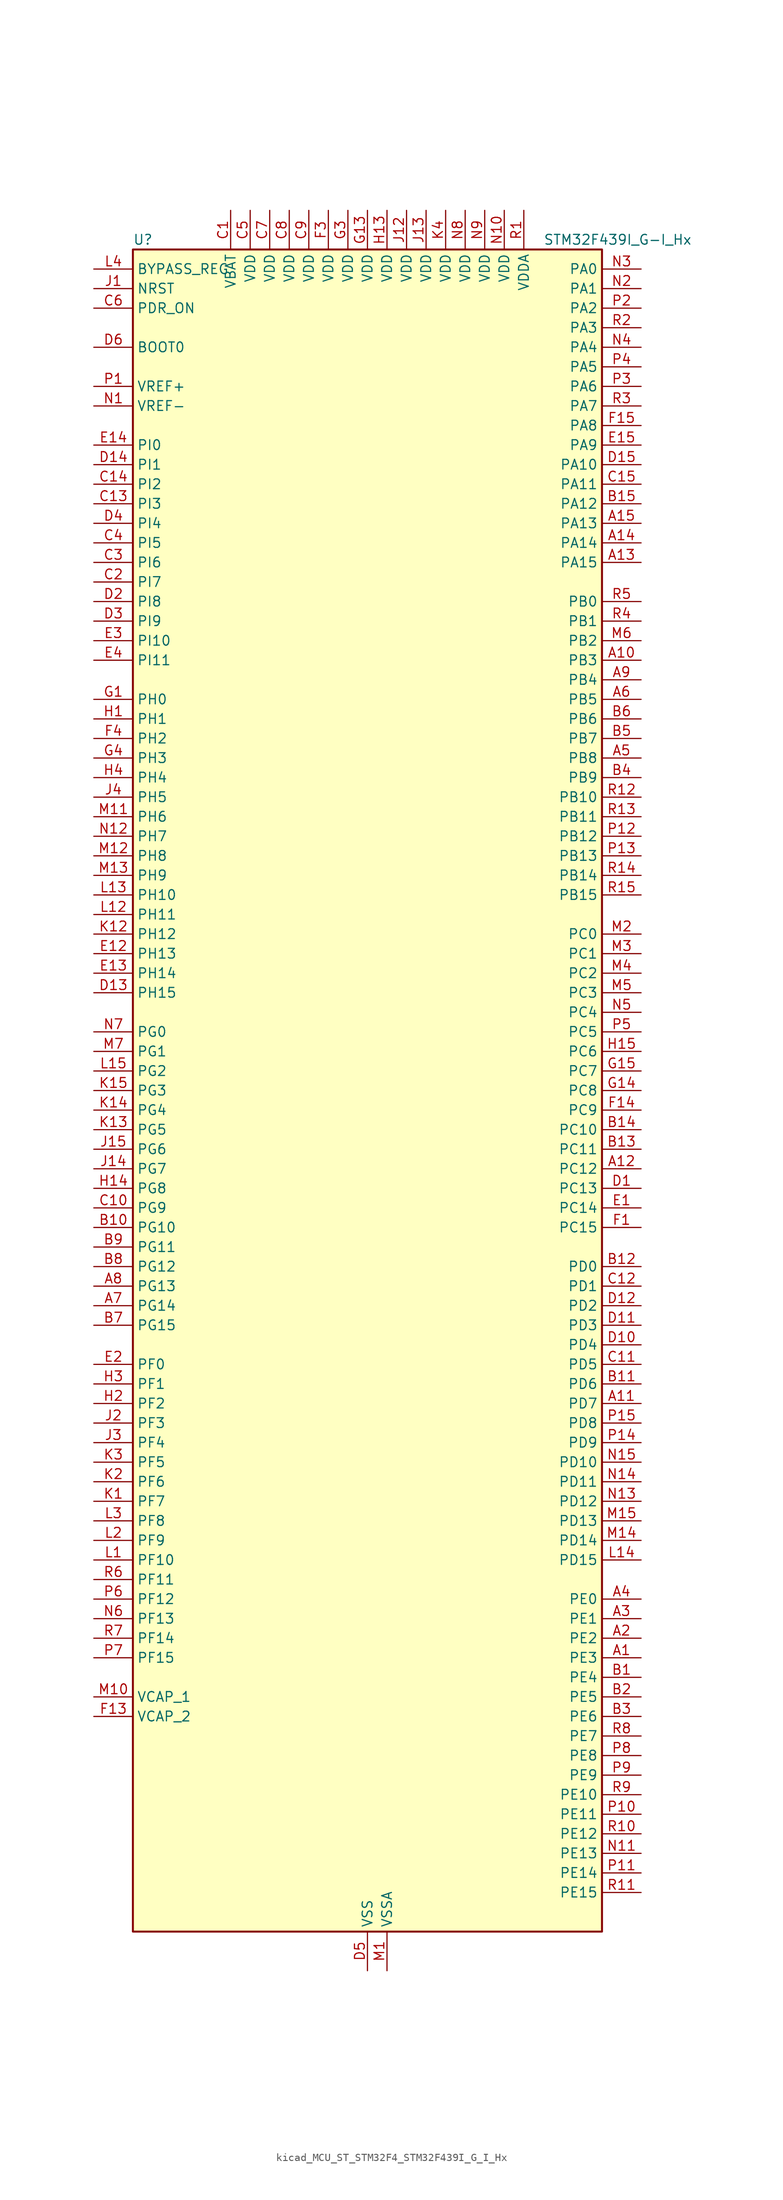
<source format=kicad_sym>
(kicad_symbol_lib
  (version 20220914)
  (generator kicad_symbol_editor)
  (symbol "kicad_MCU_ST_STM32F4_STM32F439I_G_I_Hx"
    (property "Reference" "U"
      (at -30.48 110.49 0)
      (effects (font (size 1.27 1.27)) (justify left)))
    (property "Value" "STM32F439I_G-I_Hx"
      (at 22.86 110.49 0)
      (effects (font (size 1.27 1.27)) (justify left)))
    (property "ki_locked" ""
      (at 0 0 0)
      (effects (font (size 1.27 1.27))))
    (symbol "kicad_MCU_ST_STM32F4_STM32F439I_G_I_Hx_0_1"
      (rectangle (start -30.48 -109.22) (end 30.48 109.22) (stroke (width 0.254) (type default)) (fill (type background))))
    (symbol "kicad_MCU_ST_STM32F4_STM32F439I_G_I_Hx_1_1"
      (pin bidirectional line (at 35.56 -73.66 180) (length 5.08) (name "PE3" (effects (font (size 1.27 1.27)))) (number "A1" (effects (font (size 1.27 1.27)))) (alternate "FMC_A19" bidirectional line) (alternate "SAI1_SD_B" bidirectional line) (alternate "SYS_TRACED0" bidirectional line))
      (pin bidirectional line (at 35.56 55.88 180) (length 5.08) (name "PB3" (effects (font (size 1.27 1.27)))) (number "A10" (effects (font (size 1.27 1.27)))) (alternate "I2S3_CK" bidirectional line) (alternate "SPI1_SCK" bidirectional line) (alternate "SPI3_SCK" bidirectional line) (alternate "SYS_JTDO-SWO" bidirectional line) (alternate "TIM2_CH2" bidirectional line))
      (pin bidirectional line (at 35.56 -40.64 180) (length 5.08) (name "PD7" (effects (font (size 1.27 1.27)))) (number "A11" (effects (font (size 1.27 1.27)))) (alternate "FMC_NCE2" bidirectional line) (alternate "FMC_NE1" bidirectional line) (alternate "USART2_CK" bidirectional line))
      (pin bidirectional line (at 35.56 -10.16 180) (length 5.08) (name "PC12" (effects (font (size 1.27 1.27)))) (number "A12" (effects (font (size 1.27 1.27)))) (alternate "DCMI_D9" bidirectional line) (alternate "I2S3_SD" bidirectional line) (alternate "SDIO_CK" bidirectional line) (alternate "SPI3_MOSI" bidirectional line) (alternate "UART5_TX" bidirectional line) (alternate "USART3_CK" bidirectional line))
      (pin bidirectional line (at 35.56 68.58 180) (length 5.08) (name "PA15" (effects (font (size 1.27 1.27)))) (number "A13" (effects (font (size 1.27 1.27)))) (alternate "ADC1_EXTI15" bidirectional line) (alternate "ADC2_EXTI15" bidirectional line) (alternate "ADC3_EXTI15" bidirectional line) (alternate "I2S3_WS" bidirectional line) (alternate "SPI1_NSS" bidirectional line) (alternate "SPI3_NSS" bidirectional line) (alternate "SYS_JTDI" bidirectional line) (alternate "TIM2_CH1" bidirectional line) (alternate "TIM2_ETR" bidirectional line))
      (pin bidirectional line (at 35.56 71.12 180) (length 5.08) (name "PA14" (effects (font (size 1.27 1.27)))) (number "A14" (effects (font (size 1.27 1.27)))) (alternate "SYS_JTCK-SWCLK" bidirectional line))
      (pin bidirectional line (at 35.56 73.66 180) (length 5.08) (name "PA13" (effects (font (size 1.27 1.27)))) (number "A15" (effects (font (size 1.27 1.27)))) (alternate "SYS_JTMS-SWDIO" bidirectional line))
      (pin bidirectional line (at 35.56 -71.12 180) (length 5.08) (name "PE2" (effects (font (size 1.27 1.27)))) (number "A2" (effects (font (size 1.27 1.27)))) (alternate "ETH_TXD3" bidirectional line) (alternate "FMC_A23" bidirectional line) (alternate "SAI1_MCLK_A" bidirectional line) (alternate "SPI4_SCK" bidirectional line) (alternate "SYS_TRACECLK" bidirectional line))
      (pin bidirectional line (at 35.56 -68.58 180) (length 5.08) (name "PE1" (effects (font (size 1.27 1.27)))) (number "A3" (effects (font (size 1.27 1.27)))) (alternate "DCMI_D3" bidirectional line) (alternate "FMC_NBL1" bidirectional line) (alternate "UART8_TX" bidirectional line))
      (pin bidirectional line (at 35.56 -66.04 180) (length 5.08) (name "PE0" (effects (font (size 1.27 1.27)))) (number "A4" (effects (font (size 1.27 1.27)))) (alternate "DCMI_D2" bidirectional line) (alternate "FMC_NBL0" bidirectional line) (alternate "TIM4_ETR" bidirectional line) (alternate "UART8_RX" bidirectional line))
      (pin bidirectional line (at 35.56 43.18 180) (length 5.08) (name "PB8" (effects (font (size 1.27 1.27)))) (number "A5" (effects (font (size 1.27 1.27)))) (alternate "CAN1_RX" bidirectional line) (alternate "DCMI_D6" bidirectional line) (alternate "ETH_TXD3" bidirectional line) (alternate "I2C1_SCL" bidirectional line) (alternate "LTDC_B6" bidirectional line) (alternate "SDIO_D4" bidirectional line) (alternate "TIM10_CH1" bidirectional line) (alternate "TIM4_CH3" bidirectional line))
      (pin bidirectional line (at 35.56 50.8 180) (length 5.08) (name "PB5" (effects (font (size 1.27 1.27)))) (number "A6" (effects (font (size 1.27 1.27)))) (alternate "CAN2_RX" bidirectional line) (alternate "DCMI_D10" bidirectional line) (alternate "ETH_PPS_OUT" bidirectional line) (alternate "FMC_SDCKE1" bidirectional line) (alternate "I2C1_SMBA" bidirectional line) (alternate "I2S3_SD" bidirectional line) (alternate "SPI1_MOSI" bidirectional line) (alternate "SPI3_MOSI" bidirectional line) (alternate "TIM3_CH2" bidirectional line) (alternate "USB_OTG_HS_ULPI_D7" bidirectional line))
      (pin bidirectional line (at -35.56 -27.94 0) (length 5.08) (name "PG14" (effects (font (size 1.27 1.27)))) (number "A7" (effects (font (size 1.27 1.27)))) (alternate "ETH_TXD1" bidirectional line) (alternate "FMC_A25" bidirectional line) (alternate "SPI6_MOSI" bidirectional line) (alternate "USART6_TX" bidirectional line))
      (pin bidirectional line (at -35.56 -25.4 0) (length 5.08) (name "PG13" (effects (font (size 1.27 1.27)))) (number "A8" (effects (font (size 1.27 1.27)))) (alternate "ETH_TXD0" bidirectional line) (alternate "FMC_A24" bidirectional line) (alternate "SPI6_SCK" bidirectional line) (alternate "USART6_CTS" bidirectional line))
      (pin bidirectional line (at 35.56 53.34 180) (length 5.08) (name "PB4" (effects (font (size 1.27 1.27)))) (number "A9" (effects (font (size 1.27 1.27)))) (alternate "I2S3_ext_SD" bidirectional line) (alternate "SPI1_MISO" bidirectional line) (alternate "SPI3_MISO" bidirectional line) (alternate "SYS_JTRST" bidirectional line) (alternate "TIM3_CH1" bidirectional line))
      (pin bidirectional line (at 35.56 -76.2 180) (length 5.08) (name "PE4" (effects (font (size 1.27 1.27)))) (number "B1" (effects (font (size 1.27 1.27)))) (alternate "DCMI_D4" bidirectional line) (alternate "FMC_A20" bidirectional line) (alternate "LTDC_B0" bidirectional line) (alternate "SAI1_FS_A" bidirectional line) (alternate "SPI4_NSS" bidirectional line) (alternate "SYS_TRACED1" bidirectional line))
      (pin bidirectional line (at -35.56 -17.78 0) (length 5.08) (name "PG10" (effects (font (size 1.27 1.27)))) (number "B10" (effects (font (size 1.27 1.27)))) (alternate "DCMI_D2" bidirectional line) (alternate "FMC_NCE4_1" bidirectional line) (alternate "FMC_NE3" bidirectional line) (alternate "LTDC_B2" bidirectional line) (alternate "LTDC_G3" bidirectional line))
      (pin bidirectional line (at 35.56 -38.1 180) (length 5.08) (name "PD6" (effects (font (size 1.27 1.27)))) (number "B11" (effects (font (size 1.27 1.27)))) (alternate "DCMI_D10" bidirectional line) (alternate "FMC_NWAIT" bidirectional line) (alternate "I2S3_SD" bidirectional line) (alternate "LTDC_B2" bidirectional line) (alternate "SAI1_SD_A" bidirectional line) (alternate "SPI3_MOSI" bidirectional line) (alternate "USART2_RX" bidirectional line))
      (pin bidirectional line (at 35.56 -22.86 180) (length 5.08) (name "PD0" (effects (font (size 1.27 1.27)))) (number "B12" (effects (font (size 1.27 1.27)))) (alternate "CAN1_RX" bidirectional line) (alternate "FMC_D2" bidirectional line) (alternate "FMC_DA2" bidirectional line))
      (pin bidirectional line (at 35.56 -7.62 180) (length 5.08) (name "PC11" (effects (font (size 1.27 1.27)))) (number "B13" (effects (font (size 1.27 1.27)))) (alternate "ADC1_EXTI11" bidirectional line) (alternate "ADC2_EXTI11" bidirectional line) (alternate "ADC3_EXTI11" bidirectional line) (alternate "DCMI_D4" bidirectional line) (alternate "I2S3_ext_SD" bidirectional line) (alternate "SDIO_D3" bidirectional line) (alternate "SPI3_MISO" bidirectional line) (alternate "UART4_RX" bidirectional line) (alternate "USART3_RX" bidirectional line))
      (pin bidirectional line (at 35.56 -5.08 180) (length 5.08) (name "PC10" (effects (font (size 1.27 1.27)))) (number "B14" (effects (font (size 1.27 1.27)))) (alternate "DCMI_D8" bidirectional line) (alternate "I2S3_CK" bidirectional line) (alternate "LTDC_R2" bidirectional line) (alternate "SDIO_D2" bidirectional line) (alternate "SPI3_SCK" bidirectional line) (alternate "UART4_TX" bidirectional line) (alternate "USART3_TX" bidirectional line))
      (pin bidirectional line (at 35.56 76.2 180) (length 5.08) (name "PA12" (effects (font (size 1.27 1.27)))) (number "B15" (effects (font (size 1.27 1.27)))) (alternate "CAN1_TX" bidirectional line) (alternate "LTDC_R5" bidirectional line) (alternate "TIM1_ETR" bidirectional line) (alternate "USART1_RTS" bidirectional line) (alternate "USB_OTG_FS_DP" bidirectional line))
      (pin bidirectional line (at 35.56 -78.74 180) (length 5.08) (name "PE5" (effects (font (size 1.27 1.27)))) (number "B2" (effects (font (size 1.27 1.27)))) (alternate "DCMI_D6" bidirectional line) (alternate "FMC_A21" bidirectional line) (alternate "LTDC_G0" bidirectional line) (alternate "SAI1_SCK_A" bidirectional line) (alternate "SPI4_MISO" bidirectional line) (alternate "SYS_TRACED2" bidirectional line) (alternate "TIM9_CH1" bidirectional line))
      (pin bidirectional line (at 35.56 -81.28 180) (length 5.08) (name "PE6" (effects (font (size 1.27 1.27)))) (number "B3" (effects (font (size 1.27 1.27)))) (alternate "DCMI_D7" bidirectional line) (alternate "FMC_A22" bidirectional line) (alternate "LTDC_G1" bidirectional line) (alternate "SAI1_SD_A" bidirectional line) (alternate "SPI4_MOSI" bidirectional line) (alternate "SYS_TRACED3" bidirectional line) (alternate "TIM9_CH2" bidirectional line))
      (pin bidirectional line (at 35.56 40.64 180) (length 5.08) (name "PB9" (effects (font (size 1.27 1.27)))) (number "B4" (effects (font (size 1.27 1.27)))) (alternate "CAN1_TX" bidirectional line) (alternate "DAC_EXTI9" bidirectional line) (alternate "DCMI_D7" bidirectional line) (alternate "I2C1_SDA" bidirectional line) (alternate "I2S2_WS" bidirectional line) (alternate "LTDC_B7" bidirectional line) (alternate "SDIO_D5" bidirectional line) (alternate "SPI2_NSS" bidirectional line) (alternate "TIM11_CH1" bidirectional line) (alternate "TIM4_CH4" bidirectional line))
      (pin bidirectional line (at 35.56 45.72 180) (length 5.08) (name "PB7" (effects (font (size 1.27 1.27)))) (number "B5" (effects (font (size 1.27 1.27)))) (alternate "DCMI_VSYNC" bidirectional line) (alternate "FMC_NL" bidirectional line) (alternate "I2C1_SDA" bidirectional line) (alternate "TIM4_CH2" bidirectional line) (alternate "USART1_RX" bidirectional line))
      (pin bidirectional line (at 35.56 48.26 180) (length 5.08) (name "PB6" (effects (font (size 1.27 1.27)))) (number "B6" (effects (font (size 1.27 1.27)))) (alternate "CAN2_TX" bidirectional line) (alternate "DCMI_D5" bidirectional line) (alternate "FMC_SDNE1" bidirectional line) (alternate "I2C1_SCL" bidirectional line) (alternate "TIM4_CH1" bidirectional line) (alternate "USART1_TX" bidirectional line))
      (pin bidirectional line (at -35.56 -30.48 0) (length 5.08) (name "PG15" (effects (font (size 1.27 1.27)))) (number "B7" (effects (font (size 1.27 1.27)))) (alternate "ADC1_EXTI15" bidirectional line) (alternate "ADC2_EXTI15" bidirectional line) (alternate "ADC3_EXTI15" bidirectional line) (alternate "DCMI_D13" bidirectional line) (alternate "FMC_SDNCAS" bidirectional line) (alternate "USART6_CTS" bidirectional line))
      (pin bidirectional line (at -35.56 -22.86 0) (length 5.08) (name "PG12" (effects (font (size 1.27 1.27)))) (number "B8" (effects (font (size 1.27 1.27)))) (alternate "FMC_NE4" bidirectional line) (alternate "LTDC_B1" bidirectional line) (alternate "LTDC_B4" bidirectional line) (alternate "SPI6_MISO" bidirectional line) (alternate "USART6_RTS" bidirectional line))
      (pin bidirectional line (at -35.56 -20.32 0) (length 5.08) (name "PG11" (effects (font (size 1.27 1.27)))) (number "B9" (effects (font (size 1.27 1.27)))) (alternate "ADC1_EXTI11" bidirectional line) (alternate "ADC2_EXTI11" bidirectional line) (alternate "ADC3_EXTI11" bidirectional line) (alternate "DCMI_D3" bidirectional line) (alternate "ETH_TX_EN" bidirectional line) (alternate "FMC_NCE4_2" bidirectional line) (alternate "LTDC_B3" bidirectional line))
      (pin power_in line (at -17.78 114.3 270) (length 5.08) (name "VBAT" (effects (font (size 1.27 1.27)))) (number "C1" (effects (font (size 1.27 1.27)))))
      (pin bidirectional line (at -35.56 -15.24 0) (length 5.08) (name "PG9" (effects (font (size 1.27 1.27)))) (number "C10" (effects (font (size 1.27 1.27)))) (alternate "DAC_EXTI9" bidirectional line) (alternate "DCMI_VSYNC" bidirectional line) (alternate "FMC_NCE3" bidirectional line) (alternate "FMC_NE2" bidirectional line) (alternate "USART6_RX" bidirectional line))
      (pin bidirectional line (at 35.56 -35.56 180) (length 5.08) (name "PD5" (effects (font (size 1.27 1.27)))) (number "C11" (effects (font (size 1.27 1.27)))) (alternate "FMC_NWE" bidirectional line) (alternate "USART2_TX" bidirectional line))
      (pin bidirectional line (at 35.56 -25.4 180) (length 5.08) (name "PD1" (effects (font (size 1.27 1.27)))) (number "C12" (effects (font (size 1.27 1.27)))) (alternate "CAN1_TX" bidirectional line) (alternate "FMC_D3" bidirectional line) (alternate "FMC_DA3" bidirectional line))
      (pin bidirectional line (at -35.56 76.2 0) (length 5.08) (name "PI3" (effects (font (size 1.27 1.27)))) (number "C13" (effects (font (size 1.27 1.27)))) (alternate "DCMI_D10" bidirectional line) (alternate "FMC_D27" bidirectional line) (alternate "I2S2_SD" bidirectional line) (alternate "SPI2_MOSI" bidirectional line) (alternate "TIM8_ETR" bidirectional line))
      (pin bidirectional line (at -35.56 78.74 0) (length 5.08) (name "PI2" (effects (font (size 1.27 1.27)))) (number "C14" (effects (font (size 1.27 1.27)))) (alternate "DCMI_D9" bidirectional line) (alternate "FMC_D26" bidirectional line) (alternate "I2S2_ext_SD" bidirectional line) (alternate "LTDC_G7" bidirectional line) (alternate "SPI2_MISO" bidirectional line) (alternate "TIM8_CH4" bidirectional line))
      (pin bidirectional line (at 35.56 78.74 180) (length 5.08) (name "PA11" (effects (font (size 1.27 1.27)))) (number "C15" (effects (font (size 1.27 1.27)))) (alternate "ADC1_EXTI11" bidirectional line) (alternate "ADC2_EXTI11" bidirectional line) (alternate "ADC3_EXTI11" bidirectional line) (alternate "CAN1_RX" bidirectional line) (alternate "LTDC_R4" bidirectional line) (alternate "TIM1_CH4" bidirectional line) (alternate "USART1_CTS" bidirectional line) (alternate "USB_OTG_FS_DM" bidirectional line))
      (pin bidirectional line (at -35.56 66.04 0) (length 5.08) (name "PI7" (effects (font (size 1.27 1.27)))) (number "C2" (effects (font (size 1.27 1.27)))) (alternate "DCMI_D7" bidirectional line) (alternate "FMC_D29" bidirectional line) (alternate "LTDC_B7" bidirectional line) (alternate "TIM8_CH3" bidirectional line))
      (pin bidirectional line (at -35.56 68.58 0) (length 5.08) (name "PI6" (effects (font (size 1.27 1.27)))) (number "C3" (effects (font (size 1.27 1.27)))) (alternate "DCMI_D6" bidirectional line) (alternate "FMC_D28" bidirectional line) (alternate "LTDC_B6" bidirectional line) (alternate "TIM8_CH2" bidirectional line))
      (pin bidirectional line (at -35.56 71.12 0) (length 5.08) (name "PI5" (effects (font (size 1.27 1.27)))) (number "C4" (effects (font (size 1.27 1.27)))) (alternate "DCMI_VSYNC" bidirectional line) (alternate "FMC_NBL3" bidirectional line) (alternate "LTDC_B5" bidirectional line) (alternate "TIM8_CH1" bidirectional line))
      (pin power_in line (at -15.24 114.3 270) (length 5.08) (name "VDD" (effects (font (size 1.27 1.27)))) (number "C5" (effects (font (size 1.27 1.27)))))
      (pin input line (at -35.56 101.6 0) (length 5.08) (name "PDR_ON" (effects (font (size 1.27 1.27)))) (number "C6" (effects (font (size 1.27 1.27)))))
      (pin power_in line (at -12.7 114.3 270) (length 5.08) (name "VDD" (effects (font (size 1.27 1.27)))) (number "C7" (effects (font (size 1.27 1.27)))))
      (pin power_in line (at -10.16 114.3 270) (length 5.08) (name "VDD" (effects (font (size 1.27 1.27)))) (number "C8" (effects (font (size 1.27 1.27)))))
      (pin power_in line (at -7.62 114.3 270) (length 5.08) (name "VDD" (effects (font (size 1.27 1.27)))) (number "C9" (effects (font (size 1.27 1.27)))))
      (pin bidirectional line (at 35.56 -12.7 180) (length 5.08) (name "PC13" (effects (font (size 1.27 1.27)))) (number "D1" (effects (font (size 1.27 1.27)))) (alternate "RTC_AF1" bidirectional line))
      (pin bidirectional line (at 35.56 -33.02 180) (length 5.08) (name "PD4" (effects (font (size 1.27 1.27)))) (number "D10" (effects (font (size 1.27 1.27)))) (alternate "FMC_NOE" bidirectional line) (alternate "USART2_RTS" bidirectional line))
      (pin bidirectional line (at 35.56 -30.48 180) (length 5.08) (name "PD3" (effects (font (size 1.27 1.27)))) (number "D11" (effects (font (size 1.27 1.27)))) (alternate "DCMI_D5" bidirectional line) (alternate "FMC_CLK" bidirectional line) (alternate "I2S2_CK" bidirectional line) (alternate "LTDC_G7" bidirectional line) (alternate "SPI2_SCK" bidirectional line) (alternate "USART2_CTS" bidirectional line))
      (pin bidirectional line (at 35.56 -27.94 180) (length 5.08) (name "PD2" (effects (font (size 1.27 1.27)))) (number "D12" (effects (font (size 1.27 1.27)))) (alternate "DCMI_D11" bidirectional line) (alternate "SDIO_CMD" bidirectional line) (alternate "TIM3_ETR" bidirectional line) (alternate "UART5_RX" bidirectional line))
      (pin bidirectional line (at -35.56 12.7 0) (length 5.08) (name "PH15" (effects (font (size 1.27 1.27)))) (number "D13" (effects (font (size 1.27 1.27)))) (alternate "ADC1_EXTI15" bidirectional line) (alternate "ADC2_EXTI15" bidirectional line) (alternate "ADC3_EXTI15" bidirectional line) (alternate "DCMI_D11" bidirectional line) (alternate "FMC_D23" bidirectional line) (alternate "LTDC_G4" bidirectional line) (alternate "TIM8_CH3N" bidirectional line))
      (pin bidirectional line (at -35.56 81.28 0) (length 5.08) (name "PI1" (effects (font (size 1.27 1.27)))) (number "D14" (effects (font (size 1.27 1.27)))) (alternate "DCMI_D8" bidirectional line) (alternate "FMC_D25" bidirectional line) (alternate "I2S2_CK" bidirectional line) (alternate "LTDC_G6" bidirectional line) (alternate "SPI2_SCK" bidirectional line))
      (pin bidirectional line (at 35.56 81.28 180) (length 5.08) (name "PA10" (effects (font (size 1.27 1.27)))) (number "D15" (effects (font (size 1.27 1.27)))) (alternate "DCMI_D1" bidirectional line) (alternate "TIM1_CH3" bidirectional line) (alternate "USART1_RX" bidirectional line) (alternate "USB_OTG_FS_ID" bidirectional line))
      (pin bidirectional line (at -35.56 63.5 0) (length 5.08) (name "PI8" (effects (font (size 1.27 1.27)))) (number "D2" (effects (font (size 1.27 1.27)))) (alternate "RTC_AF2" bidirectional line))
      (pin bidirectional line (at -35.56 60.96 0) (length 5.08) (name "PI9" (effects (font (size 1.27 1.27)))) (number "D3" (effects (font (size 1.27 1.27)))) (alternate "CAN1_RX" bidirectional line) (alternate "DAC_EXTI9" bidirectional line) (alternate "FMC_D30" bidirectional line) (alternate "LTDC_VSYNC" bidirectional line))
      (pin bidirectional line (at -35.56 73.66 0) (length 5.08) (name "PI4" (effects (font (size 1.27 1.27)))) (number "D4" (effects (font (size 1.27 1.27)))) (alternate "DCMI_D5" bidirectional line) (alternate "FMC_NBL2" bidirectional line) (alternate "LTDC_B4" bidirectional line) (alternate "TIM8_BKIN" bidirectional line))
      (pin power_in line (at 0 -114.3 90) (length 5.08) (name "VSS" (effects (font (size 1.27 1.27)))) (number "D5" (effects (font (size 1.27 1.27)))))
      (pin input line (at -35.56 96.52 0) (length 5.08) (name "BOOT0" (effects (font (size 1.27 1.27)))) (number "D6" (effects (font (size 1.27 1.27)))))
      (pin passive line (at 0 -114.3 90) (length 5.08) hide (name "VSS" (effects (font (size 1.27 1.27)))) (number "D7" (effects (font (size 1.27 1.27)))))
      (pin passive line (at 0 -114.3 90) (length 5.08) hide (name "VSS" (effects (font (size 1.27 1.27)))) (number "D8" (effects (font (size 1.27 1.27)))))
      (pin passive line (at 0 -114.3 90) (length 5.08) hide (name "VSS" (effects (font (size 1.27 1.27)))) (number "D9" (effects (font (size 1.27 1.27)))))
      (pin bidirectional line (at 35.56 -15.24 180) (length 5.08) (name "PC14" (effects (font (size 1.27 1.27)))) (number "E1" (effects (font (size 1.27 1.27)))) (alternate "RCC_OSC32_IN" bidirectional line))
      (pin bidirectional line (at -35.56 17.78 0) (length 5.08) (name "PH13" (effects (font (size 1.27 1.27)))) (number "E12" (effects (font (size 1.27 1.27)))) (alternate "CAN1_TX" bidirectional line) (alternate "FMC_D21" bidirectional line) (alternate "LTDC_G2" bidirectional line) (alternate "TIM8_CH1N" bidirectional line))
      (pin bidirectional line (at -35.56 15.24 0) (length 5.08) (name "PH14" (effects (font (size 1.27 1.27)))) (number "E13" (effects (font (size 1.27 1.27)))) (alternate "DCMI_D4" bidirectional line) (alternate "FMC_D22" bidirectional line) (alternate "LTDC_G3" bidirectional line) (alternate "TIM8_CH2N" bidirectional line))
      (pin bidirectional line (at -35.56 83.82 0) (length 5.08) (name "PI0" (effects (font (size 1.27 1.27)))) (number "E14" (effects (font (size 1.27 1.27)))) (alternate "DCMI_D13" bidirectional line) (alternate "FMC_D24" bidirectional line) (alternate "I2S2_WS" bidirectional line) (alternate "LTDC_G5" bidirectional line) (alternate "SPI2_NSS" bidirectional line) (alternate "TIM5_CH4" bidirectional line))
      (pin bidirectional line (at 35.56 83.82 180) (length 5.08) (name "PA9" (effects (font (size 1.27 1.27)))) (number "E15" (effects (font (size 1.27 1.27)))) (alternate "DAC_EXTI9" bidirectional line) (alternate "DCMI_D0" bidirectional line) (alternate "I2C3_SMBA" bidirectional line) (alternate "TIM1_CH2" bidirectional line) (alternate "USART1_TX" bidirectional line) (alternate "USB_OTG_FS_VBUS" bidirectional line))
      (pin bidirectional line (at -35.56 -35.56 0) (length 5.08) (name "PF0" (effects (font (size 1.27 1.27)))) (number "E2" (effects (font (size 1.27 1.27)))) (alternate "FMC_A0" bidirectional line) (alternate "I2C2_SDA" bidirectional line))
      (pin bidirectional line (at -35.56 58.42 0) (length 5.08) (name "PI10" (effects (font (size 1.27 1.27)))) (number "E3" (effects (font (size 1.27 1.27)))) (alternate "ETH_RX_ER" bidirectional line) (alternate "FMC_D31" bidirectional line) (alternate "LTDC_HSYNC" bidirectional line))
      (pin bidirectional line (at -35.56 55.88 0) (length 5.08) (name "PI11" (effects (font (size 1.27 1.27)))) (number "E4" (effects (font (size 1.27 1.27)))) (alternate "ADC1_EXTI11" bidirectional line) (alternate "ADC2_EXTI11" bidirectional line) (alternate "ADC3_EXTI11" bidirectional line) (alternate "USB_OTG_HS_ULPI_DIR" bidirectional line))
      (pin bidirectional line (at 35.56 -17.78 180) (length 5.08) (name "PC15" (effects (font (size 1.27 1.27)))) (number "F1" (effects (font (size 1.27 1.27)))) (alternate "ADC1_EXTI15" bidirectional line) (alternate "ADC2_EXTI15" bidirectional line) (alternate "ADC3_EXTI15" bidirectional line) (alternate "RCC_OSC32_OUT" bidirectional line))
      (pin passive line (at 0 -114.3 90) (length 5.08) hide (name "VSS" (effects (font (size 1.27 1.27)))) (number "F10" (effects (font (size 1.27 1.27)))))
      (pin passive line (at 0 -114.3 90) (length 5.08) hide (name "VSS" (effects (font (size 1.27 1.27)))) (number "F12" (effects (font (size 1.27 1.27)))))
      (pin power_out line (at -35.56 -81.28 0) (length 5.08) (name "VCAP_2" (effects (font (size 1.27 1.27)))) (number "F13" (effects (font (size 1.27 1.27)))))
      (pin bidirectional line (at 35.56 -2.54 180) (length 5.08) (name "PC9" (effects (font (size 1.27 1.27)))) (number "F14" (effects (font (size 1.27 1.27)))) (alternate "DAC_EXTI9" bidirectional line) (alternate "DCMI_D3" bidirectional line) (alternate "I2C3_SDA" bidirectional line) (alternate "I2S_CKIN" bidirectional line) (alternate "RCC_MCO_2" bidirectional line) (alternate "SDIO_D1" bidirectional line) (alternate "TIM3_CH4" bidirectional line) (alternate "TIM8_CH4" bidirectional line))
      (pin bidirectional line (at 35.56 86.36 180) (length 5.08) (name "PA8" (effects (font (size 1.27 1.27)))) (number "F15" (effects (font (size 1.27 1.27)))) (alternate "I2C3_SCL" bidirectional line) (alternate "LTDC_R6" bidirectional line) (alternate "RCC_MCO_1" bidirectional line) (alternate "TIM1_CH1" bidirectional line) (alternate "USART1_CK" bidirectional line) (alternate "USB_OTG_FS_SOF" bidirectional line))
      (pin passive line (at 0 -114.3 90) (length 5.08) hide (name "VSS" (effects (font (size 1.27 1.27)))) (number "F2" (effects (font (size 1.27 1.27)))))
      (pin power_in line (at -5.08 114.3 270) (length 5.08) (name "VDD" (effects (font (size 1.27 1.27)))) (number "F3" (effects (font (size 1.27 1.27)))))
      (pin bidirectional line (at -35.56 45.72 0) (length 5.08) (name "PH2" (effects (font (size 1.27 1.27)))) (number "F4" (effects (font (size 1.27 1.27)))) (alternate "ETH_CRS" bidirectional line) (alternate "FMC_SDCKE0" bidirectional line) (alternate "LTDC_R0" bidirectional line))
      (pin passive line (at 0 -114.3 90) (length 5.08) hide (name "VSS" (effects (font (size 1.27 1.27)))) (number "F6" (effects (font (size 1.27 1.27)))))
      (pin passive line (at 0 -114.3 90) (length 5.08) hide (name "VSS" (effects (font (size 1.27 1.27)))) (number "F7" (effects (font (size 1.27 1.27)))))
      (pin passive line (at 0 -114.3 90) (length 5.08) hide (name "VSS" (effects (font (size 1.27 1.27)))) (number "F8" (effects (font (size 1.27 1.27)))))
      (pin passive line (at 0 -114.3 90) (length 5.08) hide (name "VSS" (effects (font (size 1.27 1.27)))) (number "F9" (effects (font (size 1.27 1.27)))))
      (pin bidirectional line (at -35.56 50.8 0) (length 5.08) (name "PH0" (effects (font (size 1.27 1.27)))) (number "G1" (effects (font (size 1.27 1.27)))) (alternate "RCC_OSC_IN" bidirectional line))
      (pin passive line (at 0 -114.3 90) (length 5.08) hide (name "VSS" (effects (font (size 1.27 1.27)))) (number "G10" (effects (font (size 1.27 1.27)))))
      (pin passive line (at 0 -114.3 90) (length 5.08) hide (name "VSS" (effects (font (size 1.27 1.27)))) (number "G12" (effects (font (size 1.27 1.27)))))
      (pin power_in line (at 0 114.3 270) (length 5.08) (name "VDD" (effects (font (size 1.27 1.27)))) (number "G13" (effects (font (size 1.27 1.27)))))
      (pin bidirectional line (at 35.56 0 180) (length 5.08) (name "PC8" (effects (font (size 1.27 1.27)))) (number "G14" (effects (font (size 1.27 1.27)))) (alternate "DCMI_D2" bidirectional line) (alternate "SDIO_D0" bidirectional line) (alternate "TIM3_CH3" bidirectional line) (alternate "TIM8_CH3" bidirectional line) (alternate "USART6_CK" bidirectional line))
      (pin bidirectional line (at 35.56 2.54 180) (length 5.08) (name "PC7" (effects (font (size 1.27 1.27)))) (number "G15" (effects (font (size 1.27 1.27)))) (alternate "DCMI_D1" bidirectional line) (alternate "I2S3_MCK" bidirectional line) (alternate "LTDC_G6" bidirectional line) (alternate "SDIO_D7" bidirectional line) (alternate "TIM3_CH2" bidirectional line) (alternate "TIM8_CH2" bidirectional line) (alternate "USART6_RX" bidirectional line))
      (pin passive line (at 0 -114.3 90) (length 5.08) hide (name "VSS" (effects (font (size 1.27 1.27)))) (number "G2" (effects (font (size 1.27 1.27)))))
      (pin power_in line (at -2.54 114.3 270) (length 5.08) (name "VDD" (effects (font (size 1.27 1.27)))) (number "G3" (effects (font (size 1.27 1.27)))))
      (pin bidirectional line (at -35.56 43.18 0) (length 5.08) (name "PH3" (effects (font (size 1.27 1.27)))) (number "G4" (effects (font (size 1.27 1.27)))) (alternate "ETH_COL" bidirectional line) (alternate "FMC_SDNE0" bidirectional line) (alternate "LTDC_R1" bidirectional line))
      (pin passive line (at 0 -114.3 90) (length 5.08) hide (name "VSS" (effects (font (size 1.27 1.27)))) (number "G6" (effects (font (size 1.27 1.27)))))
      (pin passive line (at 0 -114.3 90) (length 5.08) hide (name "VSS" (effects (font (size 1.27 1.27)))) (number "G7" (effects (font (size 1.27 1.27)))))
      (pin passive line (at 0 -114.3 90) (length 5.08) hide (name "VSS" (effects (font (size 1.27 1.27)))) (number "G8" (effects (font (size 1.27 1.27)))))
      (pin passive line (at 0 -114.3 90) (length 5.08) hide (name "VSS" (effects (font (size 1.27 1.27)))) (number "G9" (effects (font (size 1.27 1.27)))))
      (pin bidirectional line (at -35.56 48.26 0) (length 5.08) (name "PH1" (effects (font (size 1.27 1.27)))) (number "H1" (effects (font (size 1.27 1.27)))) (alternate "RCC_OSC_OUT" bidirectional line))
      (pin passive line (at 0 -114.3 90) (length 5.08) hide (name "VSS" (effects (font (size 1.27 1.27)))) (number "H10" (effects (font (size 1.27 1.27)))))
      (pin passive line (at 0 -114.3 90) (length 5.08) hide (name "VSS" (effects (font (size 1.27 1.27)))) (number "H12" (effects (font (size 1.27 1.27)))))
      (pin power_in line (at 2.54 114.3 270) (length 5.08) (name "VDD" (effects (font (size 1.27 1.27)))) (number "H13" (effects (font (size 1.27 1.27)))))
      (pin bidirectional line (at -35.56 -12.7 0) (length 5.08) (name "PG8" (effects (font (size 1.27 1.27)))) (number "H14" (effects (font (size 1.27 1.27)))) (alternate "ETH_PPS_OUT" bidirectional line) (alternate "FMC_SDCLK" bidirectional line) (alternate "SPI6_NSS" bidirectional line) (alternate "USART6_RTS" bidirectional line))
      (pin bidirectional line (at 35.56 5.08 180) (length 5.08) (name "PC6" (effects (font (size 1.27 1.27)))) (number "H15" (effects (font (size 1.27 1.27)))) (alternate "DCMI_D0" bidirectional line) (alternate "I2S2_MCK" bidirectional line) (alternate "LTDC_HSYNC" bidirectional line) (alternate "SDIO_D6" bidirectional line) (alternate "TIM3_CH1" bidirectional line) (alternate "TIM8_CH1" bidirectional line) (alternate "USART6_TX" bidirectional line))
      (pin bidirectional line (at -35.56 -40.64 0) (length 5.08) (name "PF2" (effects (font (size 1.27 1.27)))) (number "H2" (effects (font (size 1.27 1.27)))) (alternate "FMC_A2" bidirectional line) (alternate "I2C2_SMBA" bidirectional line))
      (pin bidirectional line (at -35.56 -38.1 0) (length 5.08) (name "PF1" (effects (font (size 1.27 1.27)))) (number "H3" (effects (font (size 1.27 1.27)))) (alternate "FMC_A1" bidirectional line) (alternate "I2C2_SCL" bidirectional line))
      (pin bidirectional line (at -35.56 40.64 0) (length 5.08) (name "PH4" (effects (font (size 1.27 1.27)))) (number "H4" (effects (font (size 1.27 1.27)))) (alternate "I2C2_SCL" bidirectional line) (alternate "USB_OTG_HS_ULPI_NXT" bidirectional line))
      (pin passive line (at 0 -114.3 90) (length 5.08) hide (name "VSS" (effects (font (size 1.27 1.27)))) (number "H6" (effects (font (size 1.27 1.27)))))
      (pin passive line (at 0 -114.3 90) (length 5.08) hide (name "VSS" (effects (font (size 1.27 1.27)))) (number "H7" (effects (font (size 1.27 1.27)))))
      (pin passive line (at 0 -114.3 90) (length 5.08) hide (name "VSS" (effects (font (size 1.27 1.27)))) (number "H8" (effects (font (size 1.27 1.27)))))
      (pin passive line (at 0 -114.3 90) (length 5.08) hide (name "VSS" (effects (font (size 1.27 1.27)))) (number "H9" (effects (font (size 1.27 1.27)))))
      (pin input line (at -35.56 104.14 0) (length 5.08) (name "NRST" (effects (font (size 1.27 1.27)))) (number "J1" (effects (font (size 1.27 1.27)))))
      (pin passive line (at 0 -114.3 90) (length 5.08) hide (name "VSS" (effects (font (size 1.27 1.27)))) (number "J10" (effects (font (size 1.27 1.27)))))
      (pin power_in line (at 5.08 114.3 270) (length 5.08) (name "VDD" (effects (font (size 1.27 1.27)))) (number "J12" (effects (font (size 1.27 1.27)))))
      (pin power_in line (at 7.62 114.3 270) (length 5.08) (name "VDD" (effects (font (size 1.27 1.27)))) (number "J13" (effects (font (size 1.27 1.27)))))
      (pin bidirectional line (at -35.56 -10.16 0) (length 5.08) (name "PG7" (effects (font (size 1.27 1.27)))) (number "J14" (effects (font (size 1.27 1.27)))) (alternate "DCMI_D13" bidirectional line) (alternate "FMC_INT3" bidirectional line) (alternate "LTDC_CLK" bidirectional line) (alternate "USART6_CK" bidirectional line))
      (pin bidirectional line (at -35.56 -7.62 0) (length 5.08) (name "PG6" (effects (font (size 1.27 1.27)))) (number "J15" (effects (font (size 1.27 1.27)))) (alternate "DCMI_D12" bidirectional line) (alternate "FMC_INT2" bidirectional line) (alternate "LTDC_R7" bidirectional line))
      (pin bidirectional line (at -35.56 -43.18 0) (length 5.08) (name "PF3" (effects (font (size 1.27 1.27)))) (number "J2" (effects (font (size 1.27 1.27)))) (alternate "ADC3_IN9" bidirectional line) (alternate "FMC_A3" bidirectional line))
      (pin bidirectional line (at -35.56 -45.72 0) (length 5.08) (name "PF4" (effects (font (size 1.27 1.27)))) (number "J3" (effects (font (size 1.27 1.27)))) (alternate "ADC3_IN14" bidirectional line) (alternate "FMC_A4" bidirectional line))
      (pin bidirectional line (at -35.56 38.1 0) (length 5.08) (name "PH5" (effects (font (size 1.27 1.27)))) (number "J4" (effects (font (size 1.27 1.27)))) (alternate "FMC_SDNWE" bidirectional line) (alternate "I2C2_SDA" bidirectional line) (alternate "SPI5_NSS" bidirectional line))
      (pin passive line (at 0 -114.3 90) (length 5.08) hide (name "VSS" (effects (font (size 1.27 1.27)))) (number "J6" (effects (font (size 1.27 1.27)))))
      (pin passive line (at 0 -114.3 90) (length 5.08) hide (name "VSS" (effects (font (size 1.27 1.27)))) (number "J7" (effects (font (size 1.27 1.27)))))
      (pin passive line (at 0 -114.3 90) (length 5.08) hide (name "VSS" (effects (font (size 1.27 1.27)))) (number "J8" (effects (font (size 1.27 1.27)))))
      (pin passive line (at 0 -114.3 90) (length 5.08) hide (name "VSS" (effects (font (size 1.27 1.27)))) (number "J9" (effects (font (size 1.27 1.27)))))
      (pin bidirectional line (at -35.56 -53.34 0) (length 5.08) (name "PF7" (effects (font (size 1.27 1.27)))) (number "K1" (effects (font (size 1.27 1.27)))) (alternate "ADC3_IN5" bidirectional line) (alternate "FMC_NREG" bidirectional line) (alternate "SAI1_MCLK_B" bidirectional line) (alternate "SPI5_SCK" bidirectional line) (alternate "TIM11_CH1" bidirectional line) (alternate "UART7_TX" bidirectional line))
      (pin passive line (at 0 -114.3 90) (length 5.08) hide (name "VSS" (effects (font (size 1.27 1.27)))) (number "K10" (effects (font (size 1.27 1.27)))))
      (pin bidirectional line (at -35.56 20.32 0) (length 5.08) (name "PH12" (effects (font (size 1.27 1.27)))) (number "K12" (effects (font (size 1.27 1.27)))) (alternate "DCMI_D3" bidirectional line) (alternate "FMC_D20" bidirectional line) (alternate "LTDC_R6" bidirectional line) (alternate "TIM5_CH3" bidirectional line))
      (pin bidirectional line (at -35.56 -5.08 0) (length 5.08) (name "PG5" (effects (font (size 1.27 1.27)))) (number "K13" (effects (font (size 1.27 1.27)))) (alternate "FMC_A15" bidirectional line) (alternate "FMC_BA1" bidirectional line))
      (pin bidirectional line (at -35.56 -2.54 0) (length 5.08) (name "PG4" (effects (font (size 1.27 1.27)))) (number "K14" (effects (font (size 1.27 1.27)))) (alternate "FMC_A14" bidirectional line) (alternate "FMC_BA0" bidirectional line))
      (pin bidirectional line (at -35.56 0 0) (length 5.08) (name "PG3" (effects (font (size 1.27 1.27)))) (number "K15" (effects (font (size 1.27 1.27)))) (alternate "FMC_A13" bidirectional line))
      (pin bidirectional line (at -35.56 -50.8 0) (length 5.08) (name "PF6" (effects (font (size 1.27 1.27)))) (number "K2" (effects (font (size 1.27 1.27)))) (alternate "ADC3_IN4" bidirectional line) (alternate "FMC_NIORD" bidirectional line) (alternate "SAI1_SD_B" bidirectional line) (alternate "SPI5_NSS" bidirectional line) (alternate "TIM10_CH1" bidirectional line) (alternate "UART7_RX" bidirectional line))
      (pin bidirectional line (at -35.56 -48.26 0) (length 5.08) (name "PF5" (effects (font (size 1.27 1.27)))) (number "K3" (effects (font (size 1.27 1.27)))) (alternate "ADC3_IN15" bidirectional line) (alternate "FMC_A5" bidirectional line))
      (pin power_in line (at 10.16 114.3 270) (length 5.08) (name "VDD" (effects (font (size 1.27 1.27)))) (number "K4" (effects (font (size 1.27 1.27)))))
      (pin passive line (at 0 -114.3 90) (length 5.08) hide (name "VSS" (effects (font (size 1.27 1.27)))) (number "K6" (effects (font (size 1.27 1.27)))))
      (pin passive line (at 0 -114.3 90) (length 5.08) hide (name "VSS" (effects (font (size 1.27 1.27)))) (number "K7" (effects (font (size 1.27 1.27)))))
      (pin passive line (at 0 -114.3 90) (length 5.08) hide (name "VSS" (effects (font (size 1.27 1.27)))) (number "K8" (effects (font (size 1.27 1.27)))))
      (pin passive line (at 0 -114.3 90) (length 5.08) hide (name "VSS" (effects (font (size 1.27 1.27)))) (number "K9" (effects (font (size 1.27 1.27)))))
      (pin bidirectional line (at -35.56 -60.96 0) (length 5.08) (name "PF10" (effects (font (size 1.27 1.27)))) (number "L1" (effects (font (size 1.27 1.27)))) (alternate "ADC3_IN8" bidirectional line) (alternate "DCMI_D11" bidirectional line) (alternate "FMC_INTR" bidirectional line) (alternate "LTDC_DE" bidirectional line))
      (pin bidirectional line (at -35.56 22.86 0) (length 5.08) (name "PH11" (effects (font (size 1.27 1.27)))) (number "L12" (effects (font (size 1.27 1.27)))) (alternate "ADC1_EXTI11" bidirectional line) (alternate "ADC2_EXTI11" bidirectional line) (alternate "ADC3_EXTI11" bidirectional line) (alternate "DCMI_D2" bidirectional line) (alternate "FMC_D19" bidirectional line) (alternate "LTDC_R5" bidirectional line) (alternate "TIM5_CH2" bidirectional line))
      (pin bidirectional line (at -35.56 25.4 0) (length 5.08) (name "PH10" (effects (font (size 1.27 1.27)))) (number "L13" (effects (font (size 1.27 1.27)))) (alternate "DCMI_D1" bidirectional line) (alternate "FMC_D18" bidirectional line) (alternate "LTDC_R4" bidirectional line) (alternate "TIM5_CH1" bidirectional line))
      (pin bidirectional line (at 35.56 -60.96 180) (length 5.08) (name "PD15" (effects (font (size 1.27 1.27)))) (number "L14" (effects (font (size 1.27 1.27)))) (alternate "ADC1_EXTI15" bidirectional line) (alternate "ADC2_EXTI15" bidirectional line) (alternate "ADC3_EXTI15" bidirectional line) (alternate "FMC_D1" bidirectional line) (alternate "FMC_DA1" bidirectional line) (alternate "TIM4_CH4" bidirectional line))
      (pin bidirectional line (at -35.56 2.54 0) (length 5.08) (name "PG2" (effects (font (size 1.27 1.27)))) (number "L15" (effects (font (size 1.27 1.27)))) (alternate "FMC_A12" bidirectional line))
      (pin bidirectional line (at -35.56 -58.42 0) (length 5.08) (name "PF9" (effects (font (size 1.27 1.27)))) (number "L2" (effects (font (size 1.27 1.27)))) (alternate "ADC3_IN7" bidirectional line) (alternate "DAC_EXTI9" bidirectional line) (alternate "FMC_CD" bidirectional line) (alternate "SAI1_FS_B" bidirectional line) (alternate "SPI5_MOSI" bidirectional line) (alternate "TIM14_CH1" bidirectional line))
      (pin bidirectional line (at -35.56 -55.88 0) (length 5.08) (name "PF8" (effects (font (size 1.27 1.27)))) (number "L3" (effects (font (size 1.27 1.27)))) (alternate "ADC3_IN6" bidirectional line) (alternate "FMC_NIOWR" bidirectional line) (alternate "SAI1_SCK_B" bidirectional line) (alternate "SPI5_MISO" bidirectional line) (alternate "TIM13_CH1" bidirectional line))
      (pin input line (at -35.56 106.68 0) (length 5.08) (name "BYPASS_REG" (effects (font (size 1.27 1.27)))) (number "L4" (effects (font (size 1.27 1.27)))))
      (pin power_in line (at 2.54 -114.3 90) (length 5.08) (name "VSSA" (effects (font (size 1.27 1.27)))) (number "M1" (effects (font (size 1.27 1.27)))))
      (pin power_out line (at -35.56 -78.74 0) (length 5.08) (name "VCAP_1" (effects (font (size 1.27 1.27)))) (number "M10" (effects (font (size 1.27 1.27)))))
      (pin bidirectional line (at -35.56 35.56 0) (length 5.08) (name "PH6" (effects (font (size 1.27 1.27)))) (number "M11" (effects (font (size 1.27 1.27)))) (alternate "DCMI_D8" bidirectional line) (alternate "ETH_RXD2" bidirectional line) (alternate "FMC_SDNE1" bidirectional line) (alternate "I2C2_SMBA" bidirectional line) (alternate "SPI5_SCK" bidirectional line) (alternate "TIM12_CH1" bidirectional line))
      (pin bidirectional line (at -35.56 30.48 0) (length 5.08) (name "PH8" (effects (font (size 1.27 1.27)))) (number "M12" (effects (font (size 1.27 1.27)))) (alternate "DCMI_HSYNC" bidirectional line) (alternate "FMC_D16" bidirectional line) (alternate "I2C3_SDA" bidirectional line) (alternate "LTDC_R2" bidirectional line))
      (pin bidirectional line (at -35.56 27.94 0) (length 5.08) (name "PH9" (effects (font (size 1.27 1.27)))) (number "M13" (effects (font (size 1.27 1.27)))) (alternate "DAC_EXTI9" bidirectional line) (alternate "DCMI_D0" bidirectional line) (alternate "FMC_D17" bidirectional line) (alternate "I2C3_SMBA" bidirectional line) (alternate "LTDC_R3" bidirectional line) (alternate "TIM12_CH2" bidirectional line))
      (pin bidirectional line (at 35.56 -58.42 180) (length 5.08) (name "PD14" (effects (font (size 1.27 1.27)))) (number "M14" (effects (font (size 1.27 1.27)))) (alternate "FMC_D0" bidirectional line) (alternate "FMC_DA0" bidirectional line) (alternate "TIM4_CH3" bidirectional line))
      (pin bidirectional line (at 35.56 -55.88 180) (length 5.08) (name "PD13" (effects (font (size 1.27 1.27)))) (number "M15" (effects (font (size 1.27 1.27)))) (alternate "FMC_A18" bidirectional line) (alternate "TIM4_CH2" bidirectional line))
      (pin bidirectional line (at 35.56 20.32 180) (length 5.08) (name "PC0" (effects (font (size 1.27 1.27)))) (number "M2" (effects (font (size 1.27 1.27)))) (alternate "ADC1_IN10" bidirectional line) (alternate "ADC2_IN10" bidirectional line) (alternate "ADC3_IN10" bidirectional line) (alternate "FMC_SDNWE" bidirectional line) (alternate "USB_OTG_HS_ULPI_STP" bidirectional line))
      (pin bidirectional line (at 35.56 17.78 180) (length 5.08) (name "PC1" (effects (font (size 1.27 1.27)))) (number "M3" (effects (font (size 1.27 1.27)))) (alternate "ADC1_IN11" bidirectional line) (alternate "ADC2_IN11" bidirectional line) (alternate "ADC3_IN11" bidirectional line) (alternate "ETH_MDC" bidirectional line))
      (pin bidirectional line (at 35.56 15.24 180) (length 5.08) (name "PC2" (effects (font (size 1.27 1.27)))) (number "M4" (effects (font (size 1.27 1.27)))) (alternate "ADC1_IN12" bidirectional line) (alternate "ADC2_IN12" bidirectional line) (alternate "ADC3_IN12" bidirectional line) (alternate "ETH_TXD2" bidirectional line) (alternate "FMC_SDNE0" bidirectional line) (alternate "I2S2_ext_SD" bidirectional line) (alternate "SPI2_MISO" bidirectional line) (alternate "USB_OTG_HS_ULPI_DIR" bidirectional line))
      (pin bidirectional line (at 35.56 12.7 180) (length 5.08) (name "PC3" (effects (font (size 1.27 1.27)))) (number "M5" (effects (font (size 1.27 1.27)))) (alternate "ADC1_IN13" bidirectional line) (alternate "ADC2_IN13" bidirectional line) (alternate "ADC3_IN13" bidirectional line) (alternate "ETH_TX_CLK" bidirectional line) (alternate "FMC_SDCKE0" bidirectional line) (alternate "I2S2_SD" bidirectional line) (alternate "SPI2_MOSI" bidirectional line) (alternate "USB_OTG_HS_ULPI_NXT" bidirectional line))
      (pin bidirectional line (at 35.56 58.42 180) (length 5.08) (name "PB2" (effects (font (size 1.27 1.27)))) (number "M6" (effects (font (size 1.27 1.27)))))
      (pin bidirectional line (at -35.56 5.08 0) (length 5.08) (name "PG1" (effects (font (size 1.27 1.27)))) (number "M7" (effects (font (size 1.27 1.27)))) (alternate "FMC_A11" bidirectional line))
      (pin passive line (at 0 -114.3 90) (length 5.08) hide (name "VSS" (effects (font (size 1.27 1.27)))) (number "M8" (effects (font (size 1.27 1.27)))))
      (pin passive line (at 0 -114.3 90) (length 5.08) hide (name "VSS" (effects (font (size 1.27 1.27)))) (number "M9" (effects (font (size 1.27 1.27)))))
      (pin input line (at -35.56 88.9 0) (length 5.08) (name "VREF-" (effects (font (size 1.27 1.27)))) (number "N1" (effects (font (size 1.27 1.27)))))
      (pin power_in line (at 17.78 114.3 270) (length 5.08) (name "VDD" (effects (font (size 1.27 1.27)))) (number "N10" (effects (font (size 1.27 1.27)))))
      (pin bidirectional line (at 35.56 -99.06 180) (length 5.08) (name "PE13" (effects (font (size 1.27 1.27)))) (number "N11" (effects (font (size 1.27 1.27)))) (alternate "FMC_D10" bidirectional line) (alternate "FMC_DA10" bidirectional line) (alternate "LTDC_DE" bidirectional line) (alternate "SPI4_MISO" bidirectional line) (alternate "TIM1_CH3" bidirectional line))
      (pin bidirectional line (at -35.56 33.02 0) (length 5.08) (name "PH7" (effects (font (size 1.27 1.27)))) (number "N12" (effects (font (size 1.27 1.27)))) (alternate "DCMI_D9" bidirectional line) (alternate "ETH_RXD3" bidirectional line) (alternate "FMC_SDCKE1" bidirectional line) (alternate "I2C3_SCL" bidirectional line) (alternate "SPI5_MISO" bidirectional line))
      (pin bidirectional line (at 35.56 -53.34 180) (length 5.08) (name "PD12" (effects (font (size 1.27 1.27)))) (number "N13" (effects (font (size 1.27 1.27)))) (alternate "FMC_A17" bidirectional line) (alternate "FMC_ALE" bidirectional line) (alternate "TIM4_CH1" bidirectional line) (alternate "USART3_RTS" bidirectional line))
      (pin bidirectional line (at 35.56 -50.8 180) (length 5.08) (name "PD11" (effects (font (size 1.27 1.27)))) (number "N14" (effects (font (size 1.27 1.27)))) (alternate "ADC1_EXTI11" bidirectional line) (alternate "ADC2_EXTI11" bidirectional line) (alternate "ADC3_EXTI11" bidirectional line) (alternate "FMC_A16" bidirectional line) (alternate "FMC_CLE" bidirectional line) (alternate "USART3_CTS" bidirectional line))
      (pin bidirectional line (at 35.56 -48.26 180) (length 5.08) (name "PD10" (effects (font (size 1.27 1.27)))) (number "N15" (effects (font (size 1.27 1.27)))) (alternate "FMC_D15" bidirectional line) (alternate "FMC_DA15" bidirectional line) (alternate "LTDC_B3" bidirectional line) (alternate "USART3_CK" bidirectional line))
      (pin bidirectional line (at 35.56 104.14 180) (length 5.08) (name "PA1" (effects (font (size 1.27 1.27)))) (number "N2" (effects (font (size 1.27 1.27)))) (alternate "ADC1_IN1" bidirectional line) (alternate "ADC2_IN1" bidirectional line) (alternate "ADC3_IN1" bidirectional line) (alternate "ETH_REF_CLK" bidirectional line) (alternate "ETH_RX_CLK" bidirectional line) (alternate "TIM2_CH2" bidirectional line) (alternate "TIM5_CH2" bidirectional line) (alternate "UART4_RX" bidirectional line) (alternate "USART2_RTS" bidirectional line))
      (pin bidirectional line (at 35.56 106.68 180) (length 5.08) (name "PA0" (effects (font (size 1.27 1.27)))) (number "N3" (effects (font (size 1.27 1.27)))) (alternate "ADC1_IN0" bidirectional line) (alternate "ADC2_IN0" bidirectional line) (alternate "ADC3_IN0" bidirectional line) (alternate "ETH_CRS" bidirectional line) (alternate "SYS_WKUP" bidirectional line) (alternate "TIM2_CH1" bidirectional line) (alternate "TIM2_ETR" bidirectional line) (alternate "TIM5_CH1" bidirectional line) (alternate "TIM8_ETR" bidirectional line) (alternate "UART4_TX" bidirectional line) (alternate "USART2_CTS" bidirectional line))
      (pin bidirectional line (at 35.56 96.52 180) (length 5.08) (name "PA4" (effects (font (size 1.27 1.27)))) (number "N4" (effects (font (size 1.27 1.27)))) (alternate "ADC1_IN4" bidirectional line) (alternate "ADC2_IN4" bidirectional line) (alternate "DAC_OUT1" bidirectional line) (alternate "DCMI_HSYNC" bidirectional line) (alternate "I2S3_WS" bidirectional line) (alternate "LTDC_VSYNC" bidirectional line) (alternate "SPI1_NSS" bidirectional line) (alternate "SPI3_NSS" bidirectional line) (alternate "USART2_CK" bidirectional line) (alternate "USB_OTG_HS_SOF" bidirectional line))
      (pin bidirectional line (at 35.56 10.16 180) (length 5.08) (name "PC4" (effects (font (size 1.27 1.27)))) (number "N5" (effects (font (size 1.27 1.27)))) (alternate "ADC1_IN14" bidirectional line) (alternate "ADC2_IN14" bidirectional line) (alternate "ETH_RXD0" bidirectional line))
      (pin bidirectional line (at -35.56 -68.58 0) (length 5.08) (name "PF13" (effects (font (size 1.27 1.27)))) (number "N6" (effects (font (size 1.27 1.27)))) (alternate "FMC_A7" bidirectional line))
      (pin bidirectional line (at -35.56 7.62 0) (length 5.08) (name "PG0" (effects (font (size 1.27 1.27)))) (number "N7" (effects (font (size 1.27 1.27)))) (alternate "FMC_A10" bidirectional line))
      (pin power_in line (at 12.7 114.3 270) (length 5.08) (name "VDD" (effects (font (size 1.27 1.27)))) (number "N8" (effects (font (size 1.27 1.27)))))
      (pin power_in line (at 15.24 114.3 270) (length 5.08) (name "VDD" (effects (font (size 1.27 1.27)))) (number "N9" (effects (font (size 1.27 1.27)))))
      (pin input line (at -35.56 91.44 0) (length 5.08) (name "VREF+" (effects (font (size 1.27 1.27)))) (number "P1" (effects (font (size 1.27 1.27)))))
      (pin bidirectional line (at 35.56 -93.98 180) (length 5.08) (name "PE11" (effects (font (size 1.27 1.27)))) (number "P10" (effects (font (size 1.27 1.27)))) (alternate "ADC1_EXTI11" bidirectional line) (alternate "ADC2_EXTI11" bidirectional line) (alternate "ADC3_EXTI11" bidirectional line) (alternate "FMC_D8" bidirectional line) (alternate "FMC_DA8" bidirectional line) (alternate "LTDC_G3" bidirectional line) (alternate "SPI4_NSS" bidirectional line) (alternate "TIM1_CH2" bidirectional line))
      (pin bidirectional line (at 35.56 -101.6 180) (length 5.08) (name "PE14" (effects (font (size 1.27 1.27)))) (number "P11" (effects (font (size 1.27 1.27)))) (alternate "FMC_D11" bidirectional line) (alternate "FMC_DA11" bidirectional line) (alternate "LTDC_CLK" bidirectional line) (alternate "SPI4_MOSI" bidirectional line) (alternate "TIM1_CH4" bidirectional line))
      (pin bidirectional line (at 35.56 33.02 180) (length 5.08) (name "PB12" (effects (font (size 1.27 1.27)))) (number "P12" (effects (font (size 1.27 1.27)))) (alternate "CAN2_RX" bidirectional line) (alternate "ETH_TXD0" bidirectional line) (alternate "I2C2_SMBA" bidirectional line) (alternate "I2S2_WS" bidirectional line) (alternate "SPI2_NSS" bidirectional line) (alternate "TIM1_BKIN" bidirectional line) (alternate "USART3_CK" bidirectional line) (alternate "USB_OTG_HS_ID" bidirectional line) (alternate "USB_OTG_HS_ULPI_D5" bidirectional line))
      (pin bidirectional line (at 35.56 30.48 180) (length 5.08) (name "PB13" (effects (font (size 1.27 1.27)))) (number "P13" (effects (font (size 1.27 1.27)))) (alternate "CAN2_TX" bidirectional line) (alternate "ETH_TXD1" bidirectional line) (alternate "I2S2_CK" bidirectional line) (alternate "SPI2_SCK" bidirectional line) (alternate "TIM1_CH1N" bidirectional line) (alternate "USART3_CTS" bidirectional line) (alternate "USB_OTG_HS_ULPI_D6" bidirectional line) (alternate "USB_OTG_HS_VBUS" bidirectional line))
      (pin bidirectional line (at 35.56 -45.72 180) (length 5.08) (name "PD9" (effects (font (size 1.27 1.27)))) (number "P14" (effects (font (size 1.27 1.27)))) (alternate "DAC_EXTI9" bidirectional line) (alternate "FMC_D14" bidirectional line) (alternate "FMC_DA14" bidirectional line) (alternate "USART3_RX" bidirectional line))
      (pin bidirectional line (at 35.56 -43.18 180) (length 5.08) (name "PD8" (effects (font (size 1.27 1.27)))) (number "P15" (effects (font (size 1.27 1.27)))) (alternate "FMC_D13" bidirectional line) (alternate "FMC_DA13" bidirectional line) (alternate "USART3_TX" bidirectional line))
      (pin bidirectional line (at 35.56 101.6 180) (length 5.08) (name "PA2" (effects (font (size 1.27 1.27)))) (number "P2" (effects (font (size 1.27 1.27)))) (alternate "ADC1_IN2" bidirectional line) (alternate "ADC2_IN2" bidirectional line) (alternate "ADC3_IN2" bidirectional line) (alternate "ETH_MDIO" bidirectional line) (alternate "TIM2_CH3" bidirectional line) (alternate "TIM5_CH3" bidirectional line) (alternate "TIM9_CH1" bidirectional line) (alternate "USART2_TX" bidirectional line))
      (pin bidirectional line (at 35.56 91.44 180) (length 5.08) (name "PA6" (effects (font (size 1.27 1.27)))) (number "P3" (effects (font (size 1.27 1.27)))) (alternate "ADC1_IN6" bidirectional line) (alternate "ADC2_IN6" bidirectional line) (alternate "DCMI_PIXCLK" bidirectional line) (alternate "LTDC_G2" bidirectional line) (alternate "SPI1_MISO" bidirectional line) (alternate "TIM13_CH1" bidirectional line) (alternate "TIM1_BKIN" bidirectional line) (alternate "TIM3_CH1" bidirectional line) (alternate "TIM8_BKIN" bidirectional line))
      (pin bidirectional line (at 35.56 93.98 180) (length 5.08) (name "PA5" (effects (font (size 1.27 1.27)))) (number "P4" (effects (font (size 1.27 1.27)))) (alternate "ADC1_IN5" bidirectional line) (alternate "ADC2_IN5" bidirectional line) (alternate "DAC_OUT2" bidirectional line) (alternate "SPI1_SCK" bidirectional line) (alternate "TIM2_CH1" bidirectional line) (alternate "TIM2_ETR" bidirectional line) (alternate "TIM8_CH1N" bidirectional line) (alternate "USB_OTG_HS_ULPI_CK" bidirectional line))
      (pin bidirectional line (at 35.56 7.62 180) (length 5.08) (name "PC5" (effects (font (size 1.27 1.27)))) (number "P5" (effects (font (size 1.27 1.27)))) (alternate "ADC1_IN15" bidirectional line) (alternate "ADC2_IN15" bidirectional line) (alternate "ETH_RXD1" bidirectional line))
      (pin bidirectional line (at -35.56 -66.04 0) (length 5.08) (name "PF12" (effects (font (size 1.27 1.27)))) (number "P6" (effects (font (size 1.27 1.27)))) (alternate "FMC_A6" bidirectional line))
      (pin bidirectional line (at -35.56 -73.66 0) (length 5.08) (name "PF15" (effects (font (size 1.27 1.27)))) (number "P7" (effects (font (size 1.27 1.27)))) (alternate "ADC1_EXTI15" bidirectional line) (alternate "ADC2_EXTI15" bidirectional line) (alternate "ADC3_EXTI15" bidirectional line) (alternate "FMC_A9" bidirectional line))
      (pin bidirectional line (at 35.56 -86.36 180) (length 5.08) (name "PE8" (effects (font (size 1.27 1.27)))) (number "P8" (effects (font (size 1.27 1.27)))) (alternate "FMC_D5" bidirectional line) (alternate "FMC_DA5" bidirectional line) (alternate "TIM1_CH1N" bidirectional line) (alternate "UART7_TX" bidirectional line))
      (pin bidirectional line (at 35.56 -88.9 180) (length 5.08) (name "PE9" (effects (font (size 1.27 1.27)))) (number "P9" (effects (font (size 1.27 1.27)))) (alternate "DAC_EXTI9" bidirectional line) (alternate "FMC_D6" bidirectional line) (alternate "FMC_DA6" bidirectional line) (alternate "TIM1_CH1" bidirectional line))
      (pin power_in line (at 20.32 114.3 270) (length 5.08) (name "VDDA" (effects (font (size 1.27 1.27)))) (number "R1" (effects (font (size 1.27 1.27)))))
      (pin bidirectional line (at 35.56 -96.52 180) (length 5.08) (name "PE12" (effects (font (size 1.27 1.27)))) (number "R10" (effects (font (size 1.27 1.27)))) (alternate "FMC_D9" bidirectional line) (alternate "FMC_DA9" bidirectional line) (alternate "LTDC_B4" bidirectional line) (alternate "SPI4_SCK" bidirectional line) (alternate "TIM1_CH3N" bidirectional line))
      (pin bidirectional line (at 35.56 -104.14 180) (length 5.08) (name "PE15" (effects (font (size 1.27 1.27)))) (number "R11" (effects (font (size 1.27 1.27)))) (alternate "ADC1_EXTI15" bidirectional line) (alternate "ADC2_EXTI15" bidirectional line) (alternate "ADC3_EXTI15" bidirectional line) (alternate "FMC_D12" bidirectional line) (alternate "FMC_DA12" bidirectional line) (alternate "LTDC_R7" bidirectional line) (alternate "TIM1_BKIN" bidirectional line))
      (pin bidirectional line (at 35.56 38.1 180) (length 5.08) (name "PB10" (effects (font (size 1.27 1.27)))) (number "R12" (effects (font (size 1.27 1.27)))) (alternate "ETH_RX_ER" bidirectional line) (alternate "I2C2_SCL" bidirectional line) (alternate "I2S2_CK" bidirectional line) (alternate "LTDC_G4" bidirectional line) (alternate "SPI2_SCK" bidirectional line) (alternate "TIM2_CH3" bidirectional line) (alternate "USART3_TX" bidirectional line) (alternate "USB_OTG_HS_ULPI_D3" bidirectional line))
      (pin bidirectional line (at 35.56 35.56 180) (length 5.08) (name "PB11" (effects (font (size 1.27 1.27)))) (number "R13" (effects (font (size 1.27 1.27)))) (alternate "ADC1_EXTI11" bidirectional line) (alternate "ADC2_EXTI11" bidirectional line) (alternate "ADC3_EXTI11" bidirectional line) (alternate "ETH_TX_EN" bidirectional line) (alternate "I2C2_SDA" bidirectional line) (alternate "LTDC_G5" bidirectional line) (alternate "TIM2_CH4" bidirectional line) (alternate "USART3_RX" bidirectional line) (alternate "USB_OTG_HS_ULPI_D4" bidirectional line))
      (pin bidirectional line (at 35.56 27.94 180) (length 5.08) (name "PB14" (effects (font (size 1.27 1.27)))) (number "R14" (effects (font (size 1.27 1.27)))) (alternate "I2S2_ext_SD" bidirectional line) (alternate "SPI2_MISO" bidirectional line) (alternate "TIM12_CH1" bidirectional line) (alternate "TIM1_CH2N" bidirectional line) (alternate "TIM8_CH2N" bidirectional line) (alternate "USART3_RTS" bidirectional line) (alternate "USB_OTG_HS_DM" bidirectional line))
      (pin bidirectional line (at 35.56 25.4 180) (length 5.08) (name "PB15" (effects (font (size 1.27 1.27)))) (number "R15" (effects (font (size 1.27 1.27)))) (alternate "ADC1_EXTI15" bidirectional line) (alternate "ADC2_EXTI15" bidirectional line) (alternate "ADC3_EXTI15" bidirectional line) (alternate "I2S2_SD" bidirectional line) (alternate "RTC_REFIN" bidirectional line) (alternate "SPI2_MOSI" bidirectional line) (alternate "TIM12_CH2" bidirectional line) (alternate "TIM1_CH3N" bidirectional line) (alternate "TIM8_CH3N" bidirectional line) (alternate "USB_OTG_HS_DP" bidirectional line))
      (pin bidirectional line (at 35.56 99.06 180) (length 5.08) (name "PA3" (effects (font (size 1.27 1.27)))) (number "R2" (effects (font (size 1.27 1.27)))) (alternate "ADC1_IN3" bidirectional line) (alternate "ADC2_IN3" bidirectional line) (alternate "ADC3_IN3" bidirectional line) (alternate "ETH_COL" bidirectional line) (alternate "LTDC_B5" bidirectional line) (alternate "TIM2_CH4" bidirectional line) (alternate "TIM5_CH4" bidirectional line) (alternate "TIM9_CH2" bidirectional line) (alternate "USART2_RX" bidirectional line) (alternate "USB_OTG_HS_ULPI_D0" bidirectional line))
      (pin bidirectional line (at 35.56 88.9 180) (length 5.08) (name "PA7" (effects (font (size 1.27 1.27)))) (number "R3" (effects (font (size 1.27 1.27)))) (alternate "ADC1_IN7" bidirectional line) (alternate "ADC2_IN7" bidirectional line) (alternate "ETH_CRS_DV" bidirectional line) (alternate "ETH_RX_DV" bidirectional line) (alternate "SPI1_MOSI" bidirectional line) (alternate "TIM14_CH1" bidirectional line) (alternate "TIM1_CH1N" bidirectional line) (alternate "TIM3_CH2" bidirectional line) (alternate "TIM8_CH1N" bidirectional line))
      (pin bidirectional line (at 35.56 60.96 180) (length 5.08) (name "PB1" (effects (font (size 1.27 1.27)))) (number "R4" (effects (font (size 1.27 1.27)))) (alternate "ADC1_IN9" bidirectional line) (alternate "ADC2_IN9" bidirectional line) (alternate "ETH_RXD3" bidirectional line) (alternate "LTDC_R6" bidirectional line) (alternate "TIM1_CH3N" bidirectional line) (alternate "TIM3_CH4" bidirectional line) (alternate "TIM8_CH3N" bidirectional line) (alternate "USB_OTG_HS_ULPI_D2" bidirectional line))
      (pin bidirectional line (at 35.56 63.5 180) (length 5.08) (name "PB0" (effects (font (size 1.27 1.27)))) (number "R5" (effects (font (size 1.27 1.27)))) (alternate "ADC1_IN8" bidirectional line) (alternate "ADC2_IN8" bidirectional line) (alternate "ETH_RXD2" bidirectional line) (alternate "LTDC_R3" bidirectional line) (alternate "TIM1_CH2N" bidirectional line) (alternate "TIM3_CH3" bidirectional line) (alternate "TIM8_CH2N" bidirectional line) (alternate "USB_OTG_HS_ULPI_D1" bidirectional line))
      (pin bidirectional line (at -35.56 -63.5 0) (length 5.08) (name "PF11" (effects (font (size 1.27 1.27)))) (number "R6" (effects (font (size 1.27 1.27)))) (alternate "ADC1_EXTI11" bidirectional line) (alternate "ADC2_EXTI11" bidirectional line) (alternate "ADC3_EXTI11" bidirectional line) (alternate "DCMI_D12" bidirectional line) (alternate "FMC_SDNRAS" bidirectional line) (alternate "SPI5_MOSI" bidirectional line))
      (pin bidirectional line (at -35.56 -71.12 0) (length 5.08) (name "PF14" (effects (font (size 1.27 1.27)))) (number "R7" (effects (font (size 1.27 1.27)))) (alternate "FMC_A8" bidirectional line))
      (pin bidirectional line (at 35.56 -83.82 180) (length 5.08) (name "PE7" (effects (font (size 1.27 1.27)))) (number "R8" (effects (font (size 1.27 1.27)))) (alternate "FMC_D4" bidirectional line) (alternate "FMC_DA4" bidirectional line) (alternate "TIM1_ETR" bidirectional line) (alternate "UART7_RX" bidirectional line))
      (pin bidirectional line (at 35.56 -91.44 180) (length 5.08) (name "PE10" (effects (font (size 1.27 1.27)))) (number "R9" (effects (font (size 1.27 1.27)))) (alternate "FMC_D7" bidirectional line) (alternate "FMC_DA7" bidirectional line) (alternate "TIM1_CH2N" bidirectional line)))))
</source>
